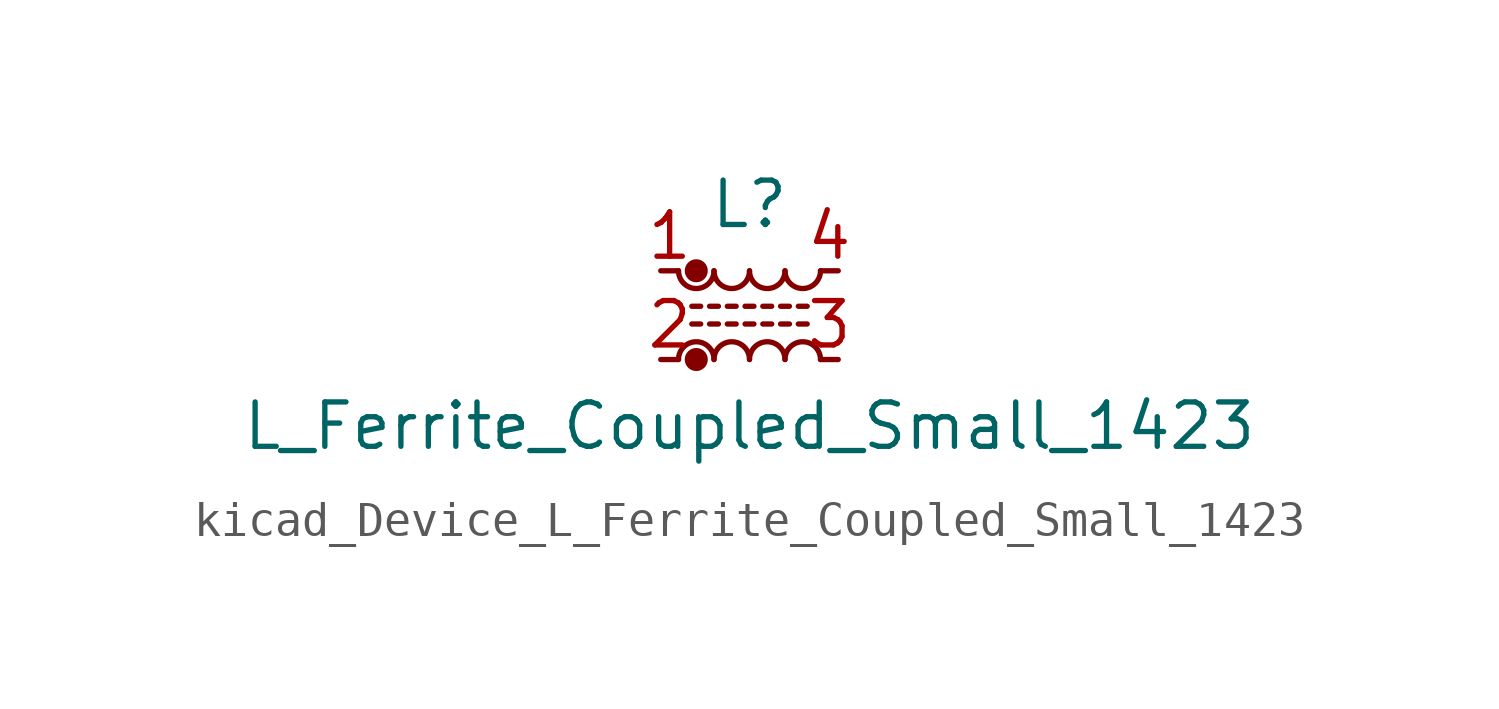
<source format=kicad_sym>
(kicad_symbol_lib
  (version 20220914)
  (generator kicad_symbol_editor)
  (symbol "kicad_Device_L_Ferrite_Coupled_Small_1423"
    (pin_names
      (offset 0.254) hide)
    (property "Reference" "L"
      (at 0 3.175 0)
      (effects (font (size 1.27 1.27))))
    (property "Value" "L_Ferrite_Coupled_Small_1423"
      (at 0 -3.175 0)
      (effects (font (size 1.27 1.27))))
    (symbol "kicad_Device_L_Ferrite_Coupled_Small_1423_0_1"
      (arc (start -2.032 1.27) (mid -1.524 0.7642) (end -1.016 1.27) (stroke (width 0) (type default)) (fill (type none)))
      (circle (center -1.524 -1.27) (radius 0.254) (stroke (width 0) (type default)) (fill (type outline)))
      (circle (center -1.524 1.27) (radius 0.254) (stroke (width 0) (type default)) (fill (type outline)))
      (arc (start -1.016 -1.27) (mid -1.524 -0.7642) (end -2.032 -1.27) (stroke (width 0) (type default)) (fill (type none)))
      (arc (start -1.016 1.27) (mid -0.508 0.7642) (end 0 1.27) (stroke (width 0) (type default)) (fill (type none)))
      (arc (start 0 -1.27) (mid -0.508 -0.7642) (end -1.016 -1.27) (stroke (width 0) (type default)) (fill (type none)))
      (polyline (pts (xy -1.651 0.254) (xy -1.397 0.254)) (stroke (width 0) (type default)) (fill (type none)))
      (polyline (pts (xy -1.397 -0.254) (xy -1.651 -0.254)) (stroke (width 0) (type default)) (fill (type none)))
      (polyline (pts (xy -1.143 0.254) (xy -0.889 0.254)) (stroke (width 0) (type default)) (fill (type none)))
      (polyline (pts (xy -0.889 -0.254) (xy -1.143 -0.254)) (stroke (width 0) (type default)) (fill (type none)))
      (polyline (pts (xy -0.635 0.254) (xy -0.381 0.254)) (stroke (width 0) (type default)) (fill (type none)))
      (polyline (pts (xy -0.381 -0.254) (xy -0.635 -0.254)) (stroke (width 0) (type default)) (fill (type none)))
      (polyline (pts (xy -0.127 0.254) (xy 0.127 0.254)) (stroke (width 0) (type default)) (fill (type none)))
      (polyline (pts (xy 0.127 -0.254) (xy -0.127 -0.254)) (stroke (width 0) (type default)) (fill (type none)))
      (polyline (pts (xy 0.381 0.254) (xy 0.635 0.254)) (stroke (width 0) (type default)) (fill (type none)))
      (polyline (pts (xy 0.635 -0.254) (xy 0.381 -0.254)) (stroke (width 0) (type default)) (fill (type none)))
      (polyline (pts (xy 0.889 0.254) (xy 1.143 0.254)) (stroke (width 0) (type default)) (fill (type none)))
      (polyline (pts (xy 1.143 -0.254) (xy 0.889 -0.254)) (stroke (width 0) (type default)) (fill (type none)))
      (polyline (pts (xy 1.397 0.254) (xy 1.651 0.254)) (stroke (width 0) (type default)) (fill (type none)))
      (polyline (pts (xy 1.651 -0.254) (xy 1.397 -0.254)) (stroke (width 0) (type default)) (fill (type none)))
      (arc (start 0 1.27) (mid 0.508 0.7642) (end 1.016 1.27) (stroke (width 0) (type default)) (fill (type none)))
      (arc (start 1.016 -1.27) (mid 0.508 -0.7642) (end 0 -1.27) (stroke (width 0) (type default)) (fill (type none)))
      (arc (start 1.016 1.27) (mid 1.524 0.7642) (end 2.032 1.27) (stroke (width 0) (type default)) (fill (type none)))
      (arc (start 2.032 -1.27) (mid 1.524 -0.7642) (end 1.016 -1.27) (stroke (width 0) (type default)) (fill (type none))))
    (symbol "kicad_Device_L_Ferrite_Coupled_Small_1423_1_1"
      (pin passive line (at -2.54 1.27 0) (length 0.508) (name "1" (effects (font (size 1.27 1.27)))) (number "1" (effects (font (size 1.27 1.27)))))
      (pin passive line (at -2.54 -1.27 0) (length 0.508) (name "2" (effects (font (size 1.27 1.27)))) (number "2" (effects (font (size 1.27 1.27)))))
      (pin passive line (at 2.54 -1.27 180) (length 0.508) (name "3" (effects (font (size 1.27 1.27)))) (number "3" (effects (font (size 1.27 1.27)))))
      (pin passive line (at 2.54 1.27 180) (length 0.508) (name "4" (effects (font (size 1.27 1.27)))) (number "4" (effects (font (size 1.27 1.27))))))))
</source>
